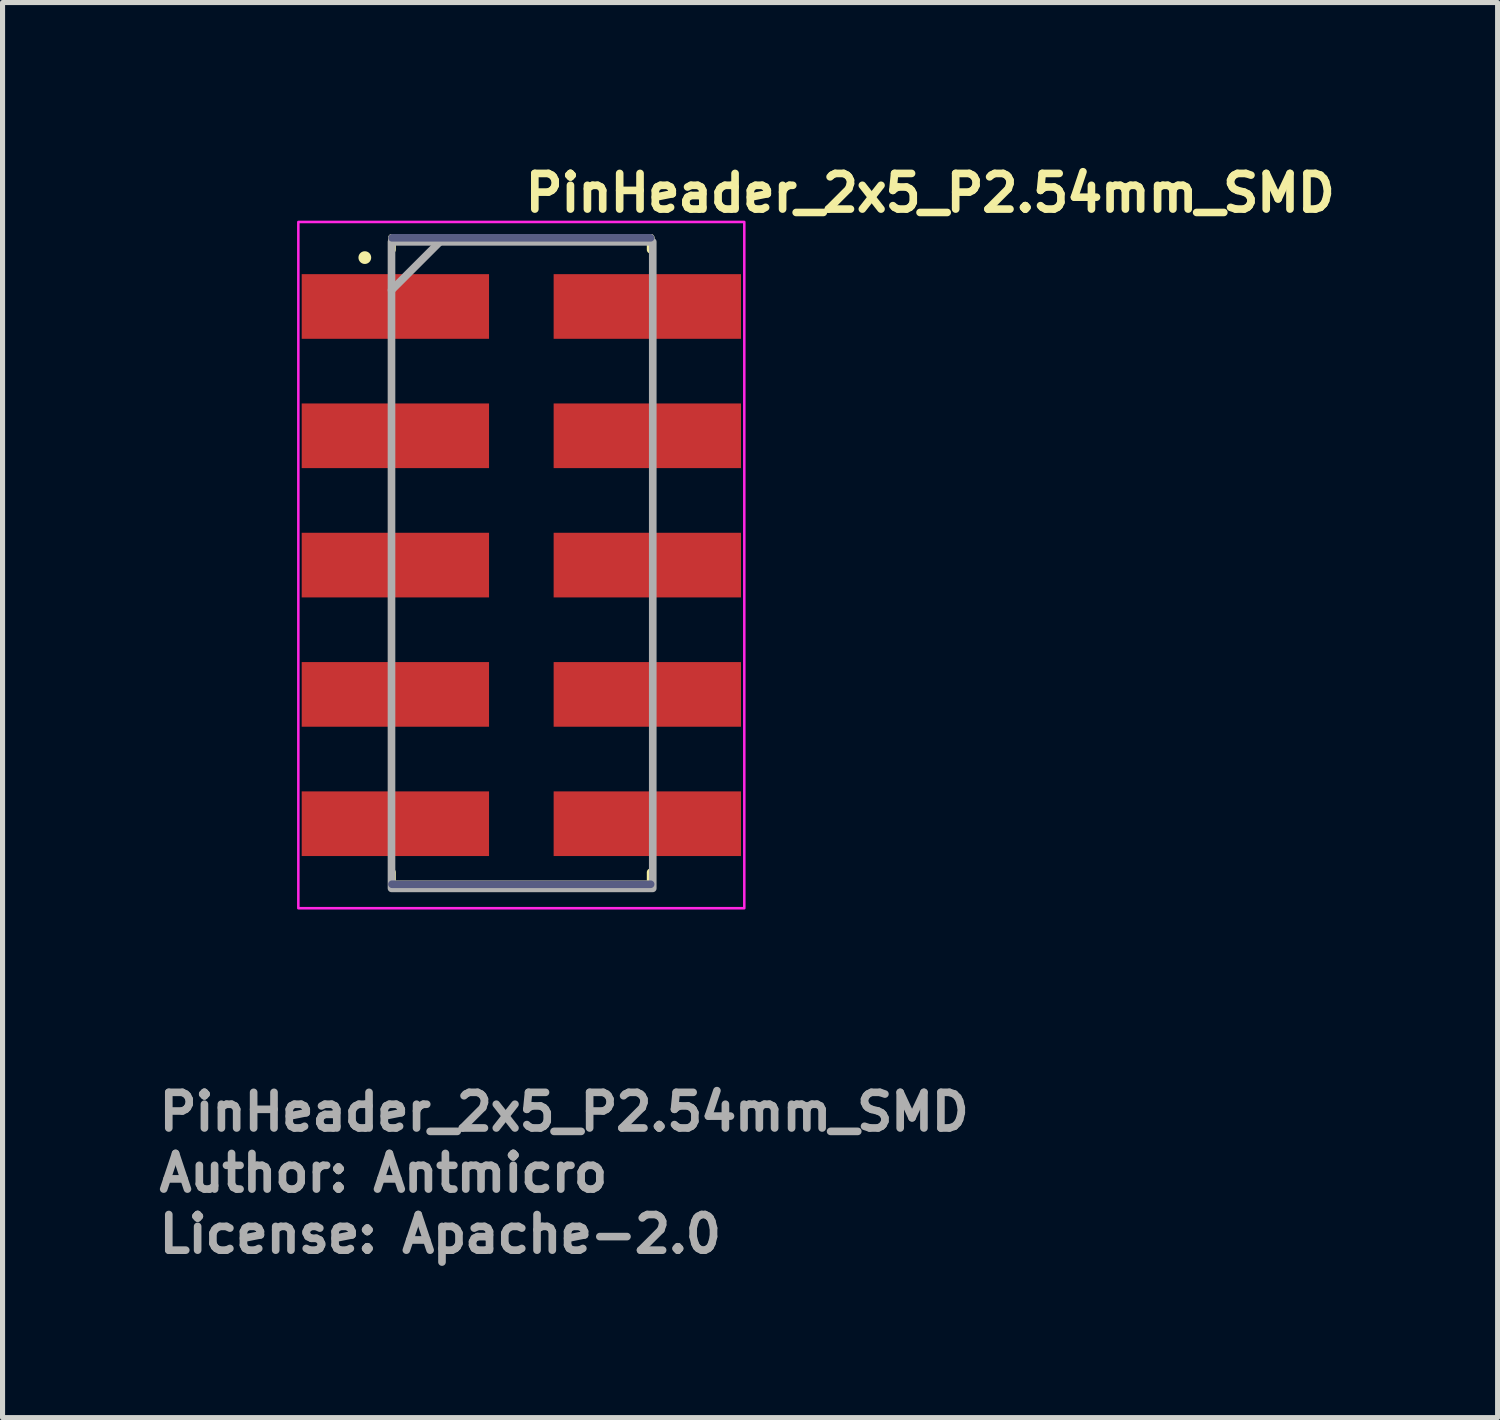
<source format=kicad_pcb>
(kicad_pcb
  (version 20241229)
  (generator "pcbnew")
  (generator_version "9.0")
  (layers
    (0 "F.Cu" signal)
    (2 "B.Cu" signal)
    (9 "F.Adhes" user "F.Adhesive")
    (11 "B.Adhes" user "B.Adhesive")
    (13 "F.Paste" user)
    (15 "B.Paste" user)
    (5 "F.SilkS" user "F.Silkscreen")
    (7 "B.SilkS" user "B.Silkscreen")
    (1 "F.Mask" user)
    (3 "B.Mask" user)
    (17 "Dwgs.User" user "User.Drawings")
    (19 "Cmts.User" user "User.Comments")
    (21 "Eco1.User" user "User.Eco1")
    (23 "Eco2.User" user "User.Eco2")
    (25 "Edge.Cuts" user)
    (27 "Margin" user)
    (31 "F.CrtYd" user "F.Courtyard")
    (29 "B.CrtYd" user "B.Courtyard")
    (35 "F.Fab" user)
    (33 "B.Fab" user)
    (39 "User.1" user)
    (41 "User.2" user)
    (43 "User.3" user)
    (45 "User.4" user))
  (footprint "PinHeader_2x5_P2.54mm_SMD"
    (layer "F.Cu")
    (at 7.19 8.05)
    (property "Reference" "PinHeader_2x5_P2.54mm_SMD" (at 0 -6.9 0) (unlocked yes) (layer "F.SilkS") (effects (font (size 0.7 0.7) (thickness 0.15)) (justify left bottom)))
    (attr smd)
    (fp_line (start -2.54 -6.429) (end -2.54 -6.195) (stroke (width 0.15) (type solid)) (layer "F.SilkS"))
    (fp_line (start -2.54 -6.429) (end 2.54 -6.429) (stroke (width 0.15) (type solid)) (layer "F.SilkS"))
    (fp_line (start -2.54 6.034) (end -2.54 6.269) (stroke (width 0.15) (type solid)) (layer "F.SilkS"))
    (fp_line (start -2.54 6.269) (end 2.54 6.269) (stroke (width 0.15) (type solid)) (layer "F.SilkS"))
    (fp_line (start 2.54 -6.429) (end 2.54 -6.195) (stroke (width 0.15) (type solid)) (layer "F.SilkS"))
    (fp_line (start 2.54 6.034) (end 2.54 6.269) (stroke (width 0.15) (type solid)) (layer "F.SilkS"))
    (fp_circle (center -3.074 -6.04) (end -3.074 -5.99) (stroke (width 0.15) (type solid)) (fill yes) (layer "F.SilkS"))
    (fp_line (start -0.499 -0.005) (end 0.499 -0.005) (stroke (width 0.1) (type solid)) (layer "Eco1.User"))
    (fp_line (start 0 -0.504) (end 0 0.494) (stroke (width 0.1) (type solid)) (layer "Eco1.User"))
    (fp_rect (start 4.38 -6.74) (end -4.38 6.74) (stroke (width 0.05) (type solid)) (fill no) (layer "F.CrtYd"))
    (fp_line (start -2.54 -6.429) (end 2.54 -6.429) (stroke (width 0.15) (type solid)) (layer "B.Fab"))
    (fp_line (start -2.54 6.269) (end 2.54 6.269) (stroke (width 0.15) (type solid)) (layer "B.Fab"))
    (fp_line (start -1.6 -6.35) (end -2.55 -5.4) (stroke (width 0.15) (type solid)) (layer "F.Fab"))
    (fp_rect (start 2.582 -6.349) (end -2.55 6.35) (stroke (width 0.15) (type solid)) (fill no) (layer "F.Fab"))
    (fp_rect (start 3.682 -6.349) (end -3.682 6.349) (stroke (width 0.1) (type solid)) (fill no) (layer "User.5"))
    (fp_line (start -3.682 -4.944) (end -3.682 -5.21) (stroke (width 0.02) (type solid)) (layer "User.9"))
    (fp_line (start -3.682 -4.944) (end -3.174 -4.759) (stroke (width 0.02) (type solid)) (layer "User.9"))
    (fp_line (start -3.682 -2.404) (end -3.682 -2.67) (stroke (width 0.02) (type solid)) (layer "User.9"))
    (fp_line (start -3.682 -2.404) (end -3.174 -2.219) (stroke (width 0.02) (type solid)) (layer "User.9"))
    (fp_line (start -3.682 0.135) (end -3.682 -0.13) (stroke (width 0.02) (type solid)) (layer "User.9"))
    (fp_line (start -3.682 0.135) (end -3.174 0.32) (stroke (width 0.02) (type solid)) (layer "User.9"))
    (fp_line (start -3.682 2.674) (end -3.682 2.408) (stroke (width 0.02) (type solid)) (layer "User.9"))
    (fp_line (start -3.682 2.674) (end -3.174 2.86) (stroke (width 0.02) (type solid)) (layer "User.9"))
    (fp_line (start -3.682 5.215) (end -3.682 4.949) (stroke (width 0.02) (type solid)) (layer "User.9"))
    (fp_line (start -3.682 5.215) (end -3.174 5.4) (stroke (width 0.02) (type solid)) (layer "User.9"))
    (fp_line (start -3.174 -5.394) (end -3.682 -5.21) (stroke (width 0.02) (type solid)) (layer "User.9"))
    (fp_line (start -3.174 -4.759) (end -3.174 -5.394) (stroke (width 0.02) (type solid)) (layer "User.9"))
    (fp_line (start -3.174 -2.854) (end -3.682 -2.67) (stroke (width 0.02) (type solid)) (layer "User.9"))
    (fp_line (start -3.174 -2.219) (end -3.174 -2.854) (stroke (width 0.02) (type solid)) (layer "User.9"))
    (fp_line (start -3.174 -0.314) (end -3.682 -0.13) (stroke (width 0.02) (type solid)) (layer "User.9"))
    (fp_line (start -3.174 0.32) (end -3.174 -0.314) (stroke (width 0.02) (type solid)) (layer "User.9"))
    (fp_line (start -3.174 2.225) (end -3.682 2.408) (stroke (width 0.02) (type solid)) (layer "User.9"))
    (fp_line (start -3.174 2.86) (end -3.174 2.225) (stroke (width 0.02) (type solid)) (layer "User.9"))
    (fp_line (start -3.174 4.765) (end -3.682 4.949) (stroke (width 0.02) (type solid)) (layer "User.9"))
    (fp_line (start -3.174 5.4) (end -3.174 4.765) (stroke (width 0.02) (type solid)) (layer "User.9"))
    (fp_line (start -2.54 -5.778) (end -2.54 -4.381) (stroke (width 0.02) (type solid)) (layer "User.9"))
    (fp_line (start -2.54 -5.778) (end -1.651 -6.159) (stroke (width 0.02) (type solid)) (layer "User.9"))
    (fp_line (start -2.54 -5.394) (end -3.174 -5.394) (stroke (width 0.02) (type solid)) (layer "User.9"))
    (fp_line (start -2.54 -4.759) (end -3.174 -4.759) (stroke (width 0.02) (type solid)) (layer "User.9"))
    (fp_line (start -2.54 -3.238) (end -2.54 -1.841) (stroke (width 0.02) (type solid)) (layer "User.9"))
    (fp_line (start -2.54 -3.238) (end -1.651 -3.619) (stroke (width 0.02) (type solid)) (layer "User.9"))
    (fp_line (start -2.54 -2.854) (end -3.174 -2.854) (stroke (width 0.02) (type solid)) (layer "User.9"))
    (fp_line (start -2.54 -2.219) (end -3.174 -2.219) (stroke (width 0.02) (type solid)) (layer "User.9"))
    (fp_line (start -2.54 -0.697) (end -2.54 0.698) (stroke (width 0.02) (type solid)) (layer "User.9"))
    (fp_line (start -2.54 -0.697) (end -1.651 -1.079) (stroke (width 0.02) (type solid)) (layer "User.9"))
    (fp_line (start -2.54 -0.314) (end -3.174 -0.314) (stroke (width 0.02) (type solid)) (layer "User.9"))
    (fp_line (start -2.54 0.32) (end -3.174 0.32) (stroke (width 0.02) (type solid)) (layer "User.9"))
    (fp_line (start -2.54 1.841) (end -2.54 3.238) (stroke (width 0.02) (type solid)) (layer "User.9"))
    (fp_line (start -2.54 1.841) (end -1.651 1.46) (stroke (width 0.02) (type solid)) (layer "User.9"))
    (fp_line (start -2.54 2.225) (end -3.174 2.225) (stroke (width 0.02) (type solid)) (layer "User.9"))
    (fp_line (start -2.54 2.86) (end -3.174 2.86) (stroke (width 0.02) (type solid)) (layer "User.9"))
    (fp_line (start -2.54 4.381) (end -2.54 5.778) (stroke (width 0.02) (type solid)) (layer "User.9"))
    (fp_line (start -2.54 4.381) (end -1.651 4) (stroke (width 0.02) (type solid)) (layer "User.9"))
    (fp_line (start -2.54 4.765) (end -3.174 4.765) (stroke (width 0.02) (type solid)) (layer "User.9"))
    (fp_line (start -2.54 5.4) (end -3.174 5.4) (stroke (width 0.02) (type solid)) (layer "User.9"))
    (fp_line (start -1.651 -6.159) (end -0.146 -6.159) (stroke (width 0.02) (type solid)) (layer "User.9"))
    (fp_line (start -1.651 -4) (end -2.54 -4.381) (stroke (width 0.02) (type solid)) (layer "User.9"))
    (fp_line (start -1.651 -3.619) (end -0.146 -3.619) (stroke (width 0.02) (type solid)) (layer "User.9"))
    (fp_line (start -1.651 -1.46) (end -2.54 -1.841) (stroke (width 0.02) (type solid)) (layer "User.9"))
    (fp_line (start -1.651 -1.079) (end -0.146 -1.079) (stroke (width 0.02) (type solid)) (layer "User.9"))
    (fp_line (start -1.651 1.079) (end -2.54 0.698) (stroke (width 0.02) (type solid)) (layer "User.9"))
    (fp_line (start -1.651 1.46) (end -0.146 1.46) (stroke (width 0.02) (type solid)) (layer "User.9"))
    (fp_line (start -1.651 3.619) (end -2.54 3.238) (stroke (width 0.02) (type solid)) (layer "User.9"))
    (fp_line (start -1.651 4) (end -0.146 4) (stroke (width 0.02) (type solid)) (layer "User.9"))
    (fp_line (start -1.651 6.159) (end -2.54 5.778) (stroke (width 0.02) (type solid)) (layer "User.9"))
    (fp_line (start -1.587 -5.394) (end -0.952 -5.394) (stroke (width 0.02) (type solid)) (layer "User.9"))
    (fp_line (start -1.587 -4.759) (end -1.587 -5.394) (stroke (width 0.02) (type solid)) (layer "User.9"))
    (fp_line (start -1.587 -4.759) (end -1.402 -4.944) (stroke (width 0.02) (type solid)) (layer "User.9"))
    (fp_line (start -1.587 -2.854) (end -0.952 -2.854) (stroke (width 0.02) (type solid)) (layer "User.9"))
    (fp_line (start -1.587 -2.219) (end -1.587 -2.854) (stroke (width 0.02) (type solid)) (layer "User.9"))
    (fp_line (start -1.587 -2.219) (end -1.402 -2.404) (stroke (width 0.02) (type solid)) (layer "User.9"))
    (fp_line (start -1.587 -0.314) (end -0.952 -0.314) (stroke (width 0.02) (type solid)) (layer "User.9"))
    (fp_line (start -1.587 0.32) (end -1.587 -0.314) (stroke (width 0.02) (type solid)) (layer "User.9"))
    (fp_line (start -1.587 0.32) (end -1.402 0.135) (stroke (width 0.02) (type solid)) (layer "User.9"))
    (fp_line (start -1.587 2.225) (end -0.952 2.225) (stroke (width 0.02) (type solid)) (layer "User.9"))
    (fp_line (start -1.587 2.86) (end -1.587 2.225) (stroke (width 0.02) (type solid)) (layer "User.9"))
    (fp_line (start -1.587 2.86) (end -1.402 2.674) (stroke (width 0.02) (type solid)) (layer "User.9"))
    (fp_line (start -1.587 4.765) (end -0.952 4.765) (stroke (width 0.02) (type solid)) (layer "User.9"))
    (fp_line (start -1.587 5.4) (end -1.587 4.765) (stroke (width 0.02) (type solid)) (layer "User.9"))
    (fp_line (start -1.587 5.4) (end -1.402 5.215) (stroke (width 0.02) (type solid)) (layer "User.9"))
    (fp_line (start -1.402 -5.21) (end -1.587 -5.394) (stroke (width 0.02) (type solid)) (layer "User.9"))
    (fp_line (start -1.402 -4.944) (end -1.402 -5.21) (stroke (width 0.02) (type solid)) (layer "User.9"))
    (fp_line (start -1.402 -4.944) (end -1.137 -4.944) (stroke (width 0.02) (type solid)) (layer "User.9"))
    (fp_line (start -1.402 -2.67) (end -1.587 -2.854) (stroke (width 0.02) (type solid)) (layer "User.9"))
    (fp_line (start -1.402 -2.404) (end -1.402 -2.67) (stroke (width 0.02) (type solid)) (layer "User.9"))
    (fp_line (start -1.402 -2.404) (end -1.137 -2.404) (stroke (width 0.02) (type solid)) (layer "User.9"))
    (fp_line (start -1.402 -0.13) (end -1.587 -0.314) (stroke (width 0.02) (type solid)) (layer "User.9"))
    (fp_line (start -1.402 0.135) (end -1.402 -0.13) (stroke (width 0.02) (type solid)) (layer "User.9"))
    (fp_line (start -1.402 0.135) (end -1.137 0.135) (stroke (width 0.02) (type solid)) (layer "User.9"))
    (fp_line (start -1.402 2.408) (end -1.587 2.225) (stroke (width 0.02) (type solid)) (layer "User.9"))
    (fp_line (start -1.402 2.674) (end -1.402 2.408) (stroke (width 0.02) (type solid)) (layer "User.9"))
    (fp_line (start -1.402 2.674) (end -1.137 2.674) (stroke (width 0.02) (type solid)) (layer "User.9"))
    (fp_line (start -1.402 4.949) (end -1.587 4.765) (stroke (width 0.02) (type solid)) (layer "User.9"))
    (fp_line (start -1.402 5.215) (end -1.402 4.949) (stroke (width 0.02) (type solid)) (layer "User.9"))
    (fp_line (start -1.402 5.215) (end -1.137 5.215) (stroke (width 0.02) (type solid)) (layer "User.9"))
    (fp_line (start -1.137 -5.21) (end -1.402 -5.21) (stroke (width 0.02) (type solid)) (layer "User.9"))
    (fp_line (start -1.137 -4.944) (end -1.137 -5.21) (stroke (width 0.02) (type solid)) (layer "User.9"))
    (fp_line (start -1.137 -4.944) (end -0.952 -4.759) (stroke (width 0.02) (type solid)) (layer "User.9"))
    (fp_line (start -1.137 -2.67) (end -1.402 -2.67) (stroke (width 0.02) (type solid)) (layer "User.9"))
    (fp_line (start -1.137 -2.404) (end -1.137 -2.67) (stroke (width 0.02) (type solid)) (layer "User.9"))
    (fp_line (start -1.137 -2.404) (end -0.952 -2.219) (stroke (width 0.02) (type solid)) (layer "User.9"))
    (fp_line (start -1.137 -0.13) (end -1.402 -0.13) (stroke (width 0.02) (type solid)) (layer "User.9"))
    (fp_line (start -1.137 0.135) (end -1.137 -0.13) (stroke (width 0.02) (type solid)) (layer "User.9"))
    (fp_line (start -1.137 0.135) (end -0.952 0.32) (stroke (width 0.02) (type solid)) (layer "User.9"))
    (fp_line (start -1.137 2.408) (end -1.402 2.408) (stroke (width 0.02) (type solid)) (layer "User.9"))
    (fp_line (start -1.137 2.674) (end -1.137 2.408) (stroke (width 0.02) (type solid)) (layer "User.9"))
    (fp_line (start -1.137 2.674) (end -0.952 2.86) (stroke (width 0.02) (type solid)) (layer "User.9"))
    (fp_line (start -1.137 4.949) (end -1.402 4.949) (stroke (width 0.02) (type solid)) (layer "User.9"))
    (fp_line (start -1.137 5.215) (end -1.137 4.949) (stroke (width 0.02) (type solid)) (layer "User.9"))
    (fp_line (start -1.137 5.215) (end -0.952 5.4) (stroke (width 0.02) (type solid)) (layer "User.9"))
    (fp_line (start -0.952 -5.394) (end -1.137 -5.21) (stroke (width 0.02) (type solid)) (layer "User.9"))
    (fp_line (start -0.952 -4.759) (end -1.587 -4.759) (stroke (width 0.02) (type solid)) (layer "User.9"))
    (fp_line (start -0.952 -4.759) (end -0.952 -5.394) (stroke (width 0.02) (type solid)) (layer "User.9"))
    (fp_line (start -0.952 -2.854) (end -1.137 -2.67) (stroke (width 0.02) (type solid)) (layer "User.9"))
    (fp_line (start -0.952 -2.219) (end -1.587 -2.219) (stroke (width 0.02) (type solid)) (layer "User.9"))
    (fp_line (start -0.952 -2.219) (end -0.952 -2.854) (stroke (width 0.02) (type solid)) (layer "User.9"))
    (fp_line (start -0.952 -0.314) (end -1.137 -0.13) (stroke (width 0.02) (type solid)) (layer "User.9"))
    (fp_line (start -0.952 0.32) (end -1.587 0.32) (stroke (width 0.02) (type solid)) (layer "User.9"))
    (fp_line (start -0.952 0.32) (end -0.952 -0.314) (stroke (width 0.02) (type solid)) (layer "User.9"))
    (fp_line (start -0.952 2.225) (end -1.137 2.408) (stroke (width 0.02) (type solid)) (layer "User.9"))
    (fp_line (start -0.952 2.86) (end -1.587 2.86) (stroke (width 0.02) (type solid)) (layer "User.9"))
    (fp_line (start -0.952 2.86) (end -0.952 2.225) (stroke (width 0.02) (type solid)) (layer "User.9"))
    (fp_line (start -0.952 4.765) (end -1.137 4.949) (stroke (width 0.02) (type solid)) (layer "User.9"))
    (fp_line (start -0.952 5.4) (end -1.587 5.4) (stroke (width 0.02) (type solid)) (layer "User.9"))
    (fp_line (start -0.952 5.4) (end -0.952 4.765) (stroke (width 0.02) (type solid)) (layer "User.9"))
    (fp_line (start -0.762 -6.349) (end -0.762 -6.159) (stroke (width 0.02) (type solid)) (layer "User.9"))
    (fp_line (start -0.762 -4) (end -0.762 -3.619) (stroke (width 0.02) (type solid)) (layer "User.9"))
    (fp_line (start -0.762 -1.46) (end -0.762 -1.079) (stroke (width 0.02) (type solid)) (layer "User.9"))
    (fp_line (start -0.762 1.079) (end -0.762 1.46) (stroke (width 0.02) (type solid)) (layer "User.9"))
    (fp_line (start -0.762 3.619) (end -0.762 4) (stroke (width 0.02) (type solid)) (layer "User.9"))
    (fp_line (start -0.762 6.159) (end -0.762 6.349) (stroke (width 0.02) (type solid)) (layer "User.9"))
    (fp_line (start -0.762 6.349) (end 0.762 6.349) (stroke (width 0.02) (type solid)) (layer "User.9"))
    (fp_line (start -0.146 -6.159) (end -0.146 -5.715) (stroke (width 0.02) (type solid)) (layer "User.9"))
    (fp_line (start -0.146 -5.715) (end 0.146 -5.715) (stroke (width 0.02) (type solid)) (layer "User.9"))
    (fp_line (start -0.146 -4.445) (end -0.146 -4) (stroke (width 0.02) (type solid)) (layer "User.9"))
    (fp_line (start -0.146 -4) (end -1.651 -4) (stroke (width 0.02) (type solid)) (layer "User.9"))
    (fp_line (start -0.146 -3.619) (end -0.146 -3.175) (stroke (width 0.02) (type solid)) (layer "User.9"))
    (fp_line (start -0.146 -3.175) (end 0.146 -3.175) (stroke (width 0.02) (type solid)) (layer "User.9"))
    (fp_line (start -0.146 -1.905) (end -0.146 -1.46) (stroke (width 0.02) (type solid)) (layer "User.9"))
    (fp_line (start -0.146 -1.46) (end -1.651 -1.46) (stroke (width 0.02) (type solid)) (layer "User.9"))
    (fp_line (start -0.146 -1.079) (end -0.146 -0.635) (stroke (width 0.02) (type solid)) (layer "User.9"))
    (fp_line (start -0.146 -0.635) (end 0.146 -0.635) (stroke (width 0.02) (type solid)) (layer "User.9"))
    (fp_line (start -0.146 0.635) (end -0.146 1.079) (stroke (width 0.02) (type solid)) (layer "User.9"))
    (fp_line (start -0.146 1.079) (end -1.651 1.079) (stroke (width 0.02) (type solid)) (layer "User.9"))
    (fp_line (start -0.146 1.46) (end -0.146 1.905) (stroke (width 0.02) (type solid)) (layer "User.9"))
    (fp_line (start -0.146 1.905) (end 0.146 1.905) (stroke (width 0.02) (type solid)) (layer "User.9"))
    (fp_line (start -0.146 3.174) (end -0.146 3.619) (stroke (width 0.02) (type solid)) (layer "User.9"))
    (fp_line (start -0.146 3.619) (end -1.651 3.619) (stroke (width 0.02) (type solid)) (layer "User.9"))
    (fp_line (start -0.146 4) (end -0.146 4.445) (stroke (width 0.02) (type solid)) (layer "User.9"))
    (fp_line (start -0.146 4.445) (end 0.146 4.445) (stroke (width 0.02) (type solid)) (layer "User.9"))
    (fp_line (start -0.146 5.715) (end -0.146 6.159) (stroke (width 0.02) (type solid)) (layer "User.9"))
    (fp_line (start -0.146 6.159) (end -1.651 6.159) (stroke (width 0.02) (type solid)) (layer "User.9"))
    (fp_line (start 0.146 -6.159) (end 1.651 -6.159) (stroke (width 0.02) (type solid)) (layer "User.9"))
    (fp_line (start 0.146 -5.715) (end 0.146 -6.159) (stroke (width 0.02) (type solid)) (layer "User.9"))
    (fp_line (start 0.146 -4.445) (end -0.146 -4.445) (stroke (width 0.02) (type solid)) (layer "User.9"))
    (fp_line (start 0.146 -4) (end 0.146 -4.445) (stroke (width 0.02) (type solid)) (layer "User.9"))
    (fp_line (start 0.146 -3.619) (end 1.651 -3.619) (stroke (width 0.02) (type solid)) (layer "User.9"))
    (fp_line (start 0.146 -3.175) (end 0.146 -3.619) (stroke (width 0.02) (type solid)) (layer "User.9"))
    (fp_line (start 0.146 -1.905) (end -0.146 -1.905) (stroke (width 0.02) (type solid)) (layer "User.9"))
    (fp_line (start 0.146 -1.46) (end 0.146 -1.905) (stroke (width 0.02) (type solid)) (layer "User.9"))
    (fp_line (start 0.146 -1.079) (end 1.651 -1.079) (stroke (width 0.02) (type solid)) (layer "User.9"))
    (fp_line (start 0.146 -0.635) (end 0.146 -1.079) (stroke (width 0.02) (type solid)) (layer "User.9"))
    (fp_line (start 0.146 0.635) (end -0.146 0.635) (stroke (width 0.02) (type solid)) (layer "User.9"))
    (fp_line (start 0.146 1.079) (end 0.146 0.635) (stroke (width 0.02) (type solid)) (layer "User.9"))
    (fp_line (start 0.146 1.46) (end 1.651 1.46) (stroke (width 0.02) (type solid)) (layer "User.9"))
    (fp_line (start 0.146 1.905) (end 0.146 1.46) (stroke (width 0.02) (type solid)) (layer "User.9"))
    (fp_line (start 0.146 3.174) (end -0.146 3.174) (stroke (width 0.02) (type solid)) (layer "User.9"))
    (fp_line (start 0.146 3.619) (end 0.146 3.174) (stroke (width 0.02) (type solid)) (layer "User.9"))
    (fp_line (start 0.146 4) (end 1.651 4) (stroke (width 0.02) (type solid)) (layer "User.9"))
    (fp_line (start 0.146 4.445) (end 0.146 4) (stroke (width 0.02) (type solid)) (layer "User.9"))
    (fp_line (start 0.146 5.715) (end -0.146 5.715) (stroke (width 0.02) (type solid)) (layer "User.9"))
    (fp_line (start 0.146 6.159) (end 0.146 5.715) (stroke (width 0.02) (type solid)) (layer "User.9"))
    (fp_line (start 0.762 -6.349) (end -0.762 -6.349) (stroke (width 0.02) (type solid)) (layer "User.9"))
    (fp_line (start 0.762 -6.159) (end 0.762 -6.349) (stroke (width 0.02) (type solid)) (layer "User.9"))
    (fp_line (start 0.762 -3.619) (end 0.762 -4) (stroke (width 0.02) (type solid)) (layer "User.9"))
    (fp_line (start 0.762 -1.079) (end 0.762 -1.46) (stroke (width 0.02) (type solid)) (layer "User.9"))
    (fp_line (start 0.762 1.46) (end 0.762 1.079) (stroke (width 0.02) (type solid)) (layer "User.9"))
    (fp_line (start 0.762 4) (end 0.762 3.619) (stroke (width 0.02) (type solid)) (layer "User.9"))
    (fp_line (start 0.762 6.349) (end 0.762 6.159) (stroke (width 0.02) (type solid)) (layer "User.9"))
    (fp_line (start 0.952 -5.397) (end 1.587 -5.397) (stroke (width 0.02) (type solid)) (layer "User.9"))
    (fp_line (start 0.952 -4.762) (end 0.952 -5.397) (stroke (width 0.02) (type solid)) (layer "User.9"))
    (fp_line (start 0.952 -4.762) (end 1.137 -4.947) (stroke (width 0.02) (type solid)) (layer "User.9"))
    (fp_line (start 0.952 -2.857) (end 1.587 -2.857) (stroke (width 0.02) (type solid)) (layer "User.9"))
    (fp_line (start 0.952 -2.222) (end 0.952 -2.857) (stroke (width 0.02) (type solid)) (layer "User.9"))
    (fp_line (start 0.952 -2.222) (end 1.137 -2.407) (stroke (width 0.02) (type solid)) (layer "User.9"))
    (fp_line (start 0.952 -0.317) (end 1.587 -0.317) (stroke (width 0.02) (type solid)) (layer "User.9"))
    (fp_line (start 0.952 0.317) (end 0.952 -0.317) (stroke (width 0.02) (type solid)) (layer "User.9"))
    (fp_line (start 0.952 0.317) (end 1.137 0.132) (stroke (width 0.02) (type solid)) (layer "User.9"))
    (fp_line (start 0.952 2.222) (end 1.587 2.222) (stroke (width 0.02) (type solid)) (layer "User.9"))
    (fp_line (start 0.952 2.857) (end 0.952 2.222) (stroke (width 0.02) (type solid)) (layer "User.9"))
    (fp_line (start 0.952 2.857) (end 1.137 2.672) (stroke (width 0.02) (type solid)) (layer "User.9"))
    (fp_line (start 0.952 4.762) (end 1.587 4.762) (stroke (width 0.02) (type solid)) (layer "User.9"))
    (fp_line (start 0.952 5.397) (end 0.952 4.762) (stroke (width 0.02) (type solid)) (layer "User.9"))
    (fp_line (start 0.952 5.397) (end 1.137 5.212) (stroke (width 0.02) (type solid)) (layer "User.9"))
    (fp_line (start 1.137 -5.212) (end 0.952 -5.397) (stroke (width 0.02) (type solid)) (layer "User.9"))
    (fp_line (start 1.137 -4.947) (end 1.137 -5.212) (stroke (width 0.02) (type solid)) (layer "User.9"))
    (fp_line (start 1.137 -4.947) (end 1.402 -4.947) (stroke (width 0.02) (type solid)) (layer "User.9"))
    (fp_line (start 1.137 -2.672) (end 0.952 -2.857) (stroke (width 0.02) (type solid)) (layer "User.9"))
    (fp_line (start 1.137 -2.407) (end 1.137 -2.672) (stroke (width 0.02) (type solid)) (layer "User.9"))
    (fp_line (start 1.137 -2.407) (end 1.402 -2.407) (stroke (width 0.02) (type solid)) (layer "User.9"))
    (fp_line (start 1.137 -0.132) (end 0.952 -0.317) (stroke (width 0.02) (type solid)) (layer "User.9"))
    (fp_line (start 1.137 0.132) (end 1.137 -0.132) (stroke (width 0.02) (type solid)) (layer "User.9"))
    (fp_line (start 1.137 0.132) (end 1.402 0.132) (stroke (width 0.02) (type solid)) (layer "User.9"))
    (fp_line (start 1.137 2.407) (end 0.952 2.222) (stroke (width 0.02) (type solid)) (layer "User.9"))
    (fp_line (start 1.137 2.672) (end 1.137 2.407) (stroke (width 0.02) (type solid)) (layer "User.9"))
    (fp_line (start 1.137 2.672) (end 1.402 2.672) (stroke (width 0.02) (type solid)) (layer "User.9"))
    (fp_line (start 1.137 4.947) (end 0.952 4.762) (stroke (width 0.02) (type solid)) (layer "User.9"))
    (fp_line (start 1.137 5.212) (end 1.137 4.947) (stroke (width 0.02) (type solid)) (layer "User.9"))
    (fp_line (start 1.137 5.212) (end 1.402 5.212) (stroke (width 0.02) (type solid)) (layer "User.9"))
    (fp_line (start 1.402 -5.212) (end 1.137 -5.212) (stroke (width 0.02) (type solid)) (layer "User.9"))
    (fp_line (start 1.402 -4.947) (end 1.402 -5.212) (stroke (width 0.02) (type solid)) (layer "User.9"))
    (fp_line (start 1.402 -4.947) (end 1.587 -4.762) (stroke (width 0.02) (type solid)) (layer "User.9"))
    (fp_line (start 1.402 -2.672) (end 1.137 -2.672) (stroke (width 0.02) (type solid)) (layer "User.9"))
    (fp_line (start 1.402 -2.407) (end 1.402 -2.672) (stroke (width 0.02) (type solid)) (layer "User.9"))
    (fp_line (start 1.402 -2.407) (end 1.587 -2.222) (stroke (width 0.02) (type solid)) (layer "User.9"))
    (fp_line (start 1.402 -0.132) (end 1.137 -0.132) (stroke (width 0.02) (type solid)) (layer "User.9"))
    (fp_line (start 1.402 0.132) (end 1.402 -0.132) (stroke (width 0.02) (type solid)) (layer "User.9"))
    (fp_line (start 1.402 0.132) (end 1.587 0.317) (stroke (width 0.02) (type solid)) (layer "User.9"))
    (fp_line (start 1.402 2.407) (end 1.137 2.407) (stroke (width 0.02) (type solid)) (layer "User.9"))
    (fp_line (start 1.402 2.672) (end 1.402 2.407) (stroke (width 0.02) (type solid)) (layer "User.9"))
    (fp_line (start 1.402 2.672) (end 1.587 2.857) (stroke (width 0.02) (type solid)) (layer "User.9"))
    (fp_line (start 1.402 4.947) (end 1.137 4.947) (stroke (width 0.02) (type solid)) (layer "User.9"))
    (fp_line (start 1.402 5.212) (end 1.402 4.947) (stroke (width 0.02) (type solid)) (layer "User.9"))
    (fp_line (start 1.402 5.212) (end 1.587 5.397) (stroke (width 0.02) (type solid)) (layer "User.9"))
    (fp_line (start 1.587 -5.397) (end 1.402 -5.212) (stroke (width 0.02) (type solid)) (layer "User.9"))
    (fp_line (start 1.587 -4.762) (end 0.952 -4.762) (stroke (width 0.02) (type solid)) (layer "User.9"))
    (fp_line (start 1.587 -4.762) (end 1.587 -5.397) (stroke (width 0.02) (type solid)) (layer "User.9"))
    (fp_line (start 1.587 -2.857) (end 1.402 -2.672) (stroke (width 0.02) (type solid)) (layer "User.9"))
    (fp_line (start 1.587 -2.222) (end 0.952 -2.222) (stroke (width 0.02) (type solid)) (layer "User.9"))
    (fp_line (start 1.587 -2.222) (end 1.587 -2.857) (stroke (width 0.02) (type solid)) (layer "User.9"))
    (fp_line (start 1.587 -0.317) (end 1.402 -0.132) (stroke (width 0.02) (type solid)) (layer "User.9"))
    (fp_line (start 1.587 0.317) (end 0.952 0.317) (stroke (width 0.02) (type solid)) (layer "User.9"))
    (fp_line (start 1.587 0.317) (end 1.587 -0.317) (stroke (width 0.02) (type solid)) (layer "User.9"))
    (fp_line (start 1.587 2.222) (end 1.402 2.407) (stroke (width 0.02) (type solid)) (layer "User.9"))
    (fp_line (start 1.587 2.857) (end 0.952 2.857) (stroke (width 0.02) (type solid)) (layer "User.9"))
    (fp_line (start 1.587 2.857) (end 1.587 2.222) (stroke (width 0.02) (type solid)) (layer "User.9"))
    (fp_line (start 1.587 4.762) (end 1.402 4.947) (stroke (width 0.02) (type solid)) (layer "User.9"))
    (fp_line (start 1.587 5.397) (end 0.952 5.397) (stroke (width 0.02) (type solid)) (layer "User.9"))
    (fp_line (start 1.587 5.397) (end 1.587 4.762) (stroke (width 0.02) (type solid)) (layer "User.9"))
    (fp_line (start 1.651 -6.159) (end 2.54 -5.778) (stroke (width 0.02) (type solid)) (layer "User.9"))
    (fp_line (start 1.651 -4) (end 0.146 -4) (stroke (width 0.02) (type solid)) (layer "User.9"))
    (fp_line (start 1.651 -3.619) (end 2.54 -3.238) (stroke (width 0.02) (type solid)) (layer "User.9"))
    (fp_line (start 1.651 -1.46) (end 0.146 -1.46) (stroke (width 0.02) (type solid)) (layer "User.9"))
    (fp_line (start 1.651 -1.079) (end 2.54 -0.697) (stroke (width 0.02) (type solid)) (layer "User.9"))
    (fp_line (start 1.651 1.079) (end 0.146 1.079) (stroke (width 0.02) (type solid)) (layer "User.9"))
    (fp_line (start 1.651 1.46) (end 2.54 1.841) (stroke (width 0.02) (type solid)) (layer "User.9"))
    (fp_line (start 1.651 3.619) (end 0.146 3.619) (stroke (width 0.02) (type solid)) (layer "User.9"))
    (fp_line (start 1.651 4) (end 2.54 4.381) (stroke (width 0.02) (type solid)) (layer "User.9"))
    (fp_line (start 1.651 6.159) (end 0.146 6.159) (stroke (width 0.02) (type solid)) (layer "User.9"))
    (fp_line (start 2.54 -5.778) (end 2.54 -4.381) (stroke (width 0.02) (type solid)) (layer "User.9"))
    (fp_line (start 2.54 -4.381) (end 1.651 -4) (stroke (width 0.02) (type solid)) (layer "User.9"))
    (fp_line (start 2.54 -3.238) (end 2.54 -1.841) (stroke (width 0.02) (type solid)) (layer "User.9"))
    (fp_line (start 2.54 -1.841) (end 1.651 -1.46) (stroke (width 0.02) (type solid)) (layer "User.9"))
    (fp_line (start 2.54 -0.697) (end 2.54 0.698) (stroke (width 0.02) (type solid)) (layer "User.9"))
    (fp_line (start 2.54 0.698) (end 1.651 1.079) (stroke (width 0.02) (type solid)) (layer "User.9"))
    (fp_line (start 2.54 1.841) (end 2.54 3.238) (stroke (width 0.02) (type solid)) (layer "User.9"))
    (fp_line (start 2.54 3.238) (end 1.651 3.619) (stroke (width 0.02) (type solid)) (layer "User.9"))
    (fp_line (start 2.54 4.381) (end 2.54 5.778) (stroke (width 0.02) (type solid)) (layer "User.9"))
    (fp_line (start 2.54 5.778) (end 1.651 6.159) (stroke (width 0.02) (type solid)) (layer "User.9"))
    (fp_line (start 3.174 -5.397) (end 2.54 -5.397) (stroke (width 0.02) (type solid)) (layer "User.9"))
    (fp_line (start 3.174 -4.762) (end 2.54 -4.762) (stroke (width 0.02) (type solid)) (layer "User.9"))
    (fp_line (start 3.174 -4.762) (end 3.174 -5.397) (stroke (width 0.02) (type solid)) (layer "User.9"))
    (fp_line (start 3.174 -4.762) (end 3.682 -4.947) (stroke (width 0.02) (type solid)) (layer "User.9"))
    (fp_line (start 3.174 -2.857) (end 2.54 -2.857) (stroke (width 0.02) (type solid)) (layer "User.9"))
    (fp_line (start 3.174 -2.222) (end 2.54 -2.222) (stroke (width 0.02) (type solid)) (layer "User.9"))
    (fp_line (start 3.174 -2.222) (end 3.174 -2.857) (stroke (width 0.02) (type solid)) (layer "User.9"))
    (fp_line (start 3.174 -2.222) (end 3.682 -2.407) (stroke (width 0.02) (type solid)) (layer "User.9"))
    (fp_line (start 3.174 -0.317) (end 2.54 -0.317) (stroke (width 0.02) (type solid)) (layer "User.9"))
    (fp_line (start 3.174 0.317) (end 2.54 0.317) (stroke (width 0.02) (type solid)) (layer "User.9"))
    (fp_line (start 3.174 0.317) (end 3.174 -0.317) (stroke (width 0.02) (type solid)) (layer "User.9"))
    (fp_line (start 3.174 0.317) (end 3.682 0.132) (stroke (width 0.02) (type solid)) (layer "User.9"))
    (fp_line (start 3.174 2.222) (end 2.54 2.222) (stroke (width 0.02) (type solid)) (layer "User.9"))
    (fp_line (start 3.174 2.857) (end 2.54 2.857) (stroke (width 0.02) (type solid)) (layer "User.9"))
    (fp_line (start 3.174 2.857) (end 3.174 2.222) (stroke (width 0.02) (type solid)) (layer "User.9"))
    (fp_line (start 3.174 2.857) (end 3.682 2.672) (stroke (width 0.02) (type solid)) (layer "User.9"))
    (fp_line (start 3.174 4.762) (end 2.54 4.762) (stroke (width 0.02) (type solid)) (layer "User.9"))
    (fp_line (start 3.174 5.397) (end 2.54 5.397) (stroke (width 0.02) (type solid)) (layer "User.9"))
    (fp_line (start 3.174 5.397) (end 3.174 4.762) (stroke (width 0.02) (type solid)) (layer "User.9"))
    (fp_line (start 3.174 5.397) (end 3.682 5.212) (stroke (width 0.02) (type solid)) (layer "User.9"))
    (fp_line (start 3.682 -5.212) (end 3.174 -5.397) (stroke (width 0.02) (type solid)) (layer "User.9"))
    (fp_line (start 3.682 -4.947) (end 3.682 -5.212) (stroke (width 0.02) (type solid)) (layer "User.9"))
    (fp_line (start 3.682 -2.672) (end 3.174 -2.857) (stroke (width 0.02) (type solid)) (layer "User.9"))
    (fp_line (start 3.682 -2.407) (end 3.682 -2.672) (stroke (width 0.02) (type solid)) (layer "User.9"))
    (fp_line (start 3.682 -0.132) (end 3.174 -0.317) (stroke (width 0.02) (type solid)) (layer "User.9"))
    (fp_line (start 3.682 0.132) (end 3.682 -0.132) (stroke (width 0.02) (type solid)) (layer "User.9"))
    (fp_line (start 3.682 2.407) (end 3.174 2.222) (stroke (width 0.02) (type solid)) (layer "User.9"))
    (fp_line (start 3.682 2.672) (end 3.682 2.407) (stroke (width 0.02) (type solid)) (layer "User.9"))
    (fp_line (start 3.682 4.947) (end 3.174 4.762) (stroke (width 0.02) (type solid)) (layer "User.9"))
    (fp_line (start 3.682 5.212) (end 3.682 4.947) (stroke (width 0.02) (type solid)) (layer "User.9"))
    (fp_text user "License: Apache-2.0" (at -7.19 13.55 0) (layer "F.Fab") (effects (font (size 0.7 0.7) (thickness 0.15)) (justify left bottom)))
    (fp_text user "${REFERENCE}" (at -7.19 11.15 0) (unlocked yes) (layer "F.Fab") (effects (font (size 0.7 0.7) (thickness 0.15)) (justify left bottom)))
    (fp_text user "Author: Antmicro" (at -7.19 12.35 0) (layer "F.Fab") (effects (font (size 0.7 0.7) (thickness 0.15)) (justify left bottom)))
    (pad "1" smd rect (at -2.474 -5.08 270) (size 1.27 3.68) (layers "F.Cu" "F.Mask" "F.Paste"))
    (pad "2" smd rect (at 2.475 -5.08 270) (size 1.27 3.68) (layers "F.Cu" "F.Mask" "F.Paste"))
    (pad "3" smd rect (at -2.474 -2.54 270) (size 1.27 3.68) (layers "F.Cu" "F.Mask" "F.Paste"))
    (pad "4" smd rect (at 2.475 -2.54 270) (size 1.27 3.68) (layers "F.Cu" "F.Mask" "F.Paste"))
    (pad "5" smd rect (at -2.474 0 270) (size 1.27 3.68) (layers "F.Cu" "F.Mask" "F.Paste"))
    (pad "6" smd rect (at 2.475 0 270) (size 1.27 3.68) (layers "F.Cu" "F.Mask" "F.Paste"))
    (pad "7" smd rect (at -2.474 2.54 270) (size 1.27 3.68) (layers "F.Cu" "F.Mask" "F.Paste"))
    (pad "8" smd rect (at 2.475 2.54 270) (size 1.27 3.68) (layers "F.Cu" "F.Mask" "F.Paste"))
    (pad "9" smd rect (at -2.474 5.08 270) (size 1.27 3.68) (layers "F.Cu" "F.Mask" "F.Paste"))
    (pad "10" smd rect (at 2.475 5.08 270) (size 1.27 3.68) (layers "F.Cu" "F.Mask" "F.Paste")))
  (gr_rect
    (start -3 -3)
    (end 26.367 24.796)
    (stroke (width 0.1) (type default))
    (fill no)
    (layer "Edge.Cuts")))
</source>
